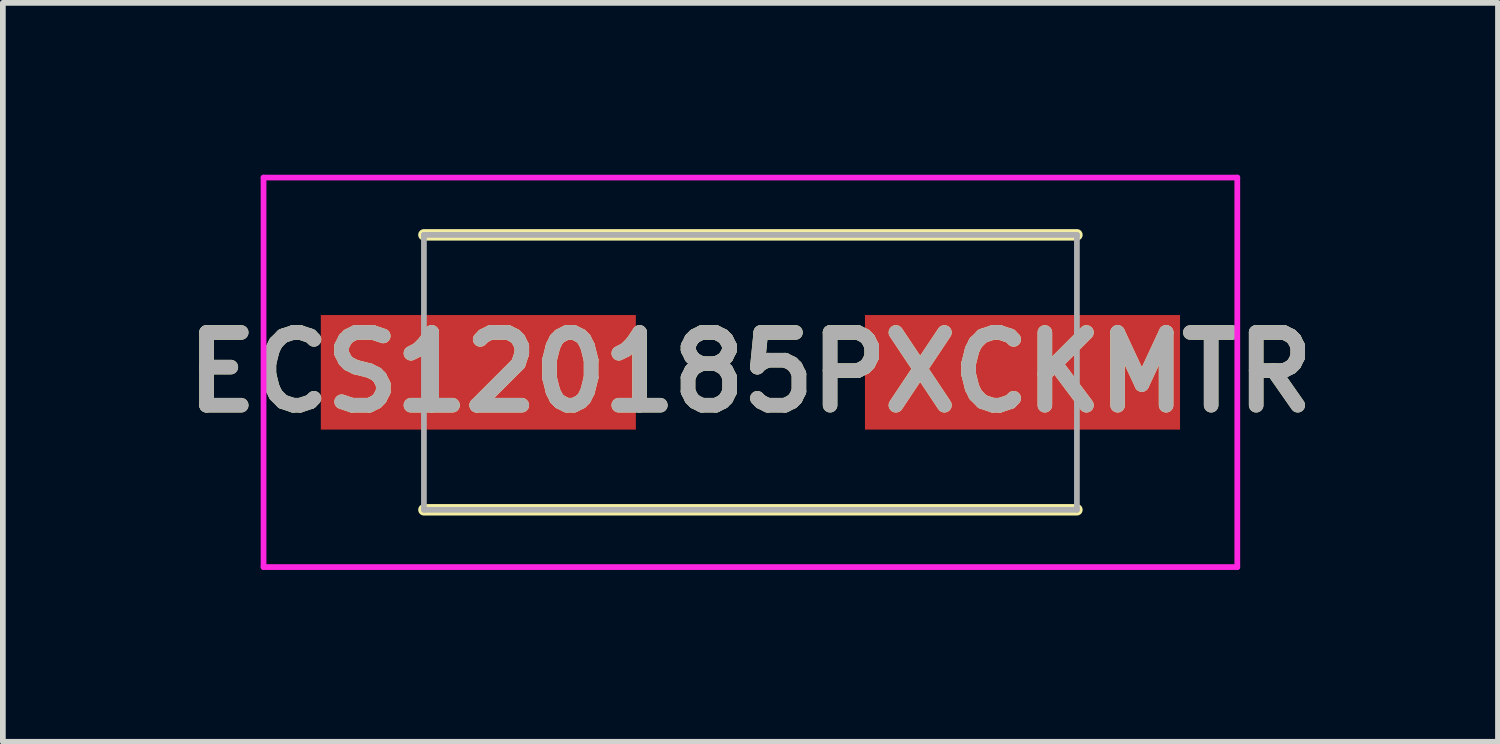
<source format=kicad_pcb>
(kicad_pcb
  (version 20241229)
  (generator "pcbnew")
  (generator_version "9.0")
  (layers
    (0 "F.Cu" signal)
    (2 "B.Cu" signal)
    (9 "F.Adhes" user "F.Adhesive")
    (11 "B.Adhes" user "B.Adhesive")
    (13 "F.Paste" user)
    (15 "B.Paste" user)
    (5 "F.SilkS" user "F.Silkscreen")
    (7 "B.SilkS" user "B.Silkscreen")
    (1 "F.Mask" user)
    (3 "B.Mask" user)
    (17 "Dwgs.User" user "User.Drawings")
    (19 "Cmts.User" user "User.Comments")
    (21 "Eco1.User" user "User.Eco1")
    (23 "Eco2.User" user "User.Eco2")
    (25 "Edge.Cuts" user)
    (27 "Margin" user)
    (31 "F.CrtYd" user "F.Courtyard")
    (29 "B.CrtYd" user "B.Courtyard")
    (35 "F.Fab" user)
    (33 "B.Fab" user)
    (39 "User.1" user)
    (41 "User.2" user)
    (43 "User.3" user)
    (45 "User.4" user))
  (footprint "ECS120185PXCKMTR"
    (layer "F.Cu")
    (at 10.051 3.45)
    (property "Reference" "ECS120185PXCKMTR" (at 0 0 0) (layer "F.SilkS") (effects (font (size 1.27 1.27) (thickness 0.254))))
    (attr smd)
    (fp_line (start -5.7 -2.4) (end 5.7 -2.4) (stroke (width 0.2) (type solid)) (layer "F.SilkS"))
    (fp_line (start -5.7 2.4) (end 5.7 2.4) (stroke (width 0.2) (type solid)) (layer "F.SilkS"))
    (fp_line (start -8.5 -3.4) (end 8.5 -3.4) (stroke (width 0.1) (type solid)) (layer "F.CrtYd"))
    (fp_line (start -8.5 3.4) (end -8.5 -3.4) (stroke (width 0.1) (type solid)) (layer "F.CrtYd"))
    (fp_line (start 8.5 -3.4) (end 8.5 3.4) (stroke (width 0.1) (type solid)) (layer "F.CrtYd"))
    (fp_line (start 8.5 3.4) (end -8.5 3.4) (stroke (width 0.1) (type solid)) (layer "F.CrtYd"))
    (fp_line (start -5.7 -2.4) (end 5.7 -2.4) (stroke (width 0.1) (type solid)) (layer "F.Fab"))
    (fp_line (start -5.7 2.4) (end -5.7 -2.4) (stroke (width 0.1) (type solid)) (layer "F.Fab"))
    (fp_line (start 5.7 -2.4) (end 5.7 2.4) (stroke (width 0.1) (type solid)) (layer "F.Fab"))
    (fp_line (start 5.7 2.4) (end -5.7 2.4) (stroke (width 0.1) (type solid)) (layer "F.Fab"))
    (fp_text user "${REFERENCE}" (at 0 0 0) (layer "F.Fab") (effects (font (size 1.27 1.27) (thickness 0.254))))
    (pad "1" smd rect (at -4.75 0 90) (size 2 5.5) (layers "F.Cu" "F.Mask" "F.Paste"))
    (pad "2" smd rect (at 4.75 0 90) (size 2 5.5) (layers "F.Cu" "F.Mask" "F.Paste")))
  (gr_rect
    (start -3 -3)
    (end 23.102 9.9)
    (stroke (width 0.1) (type default))
    (fill no)
    (layer "Edge.Cuts")))
</source>
